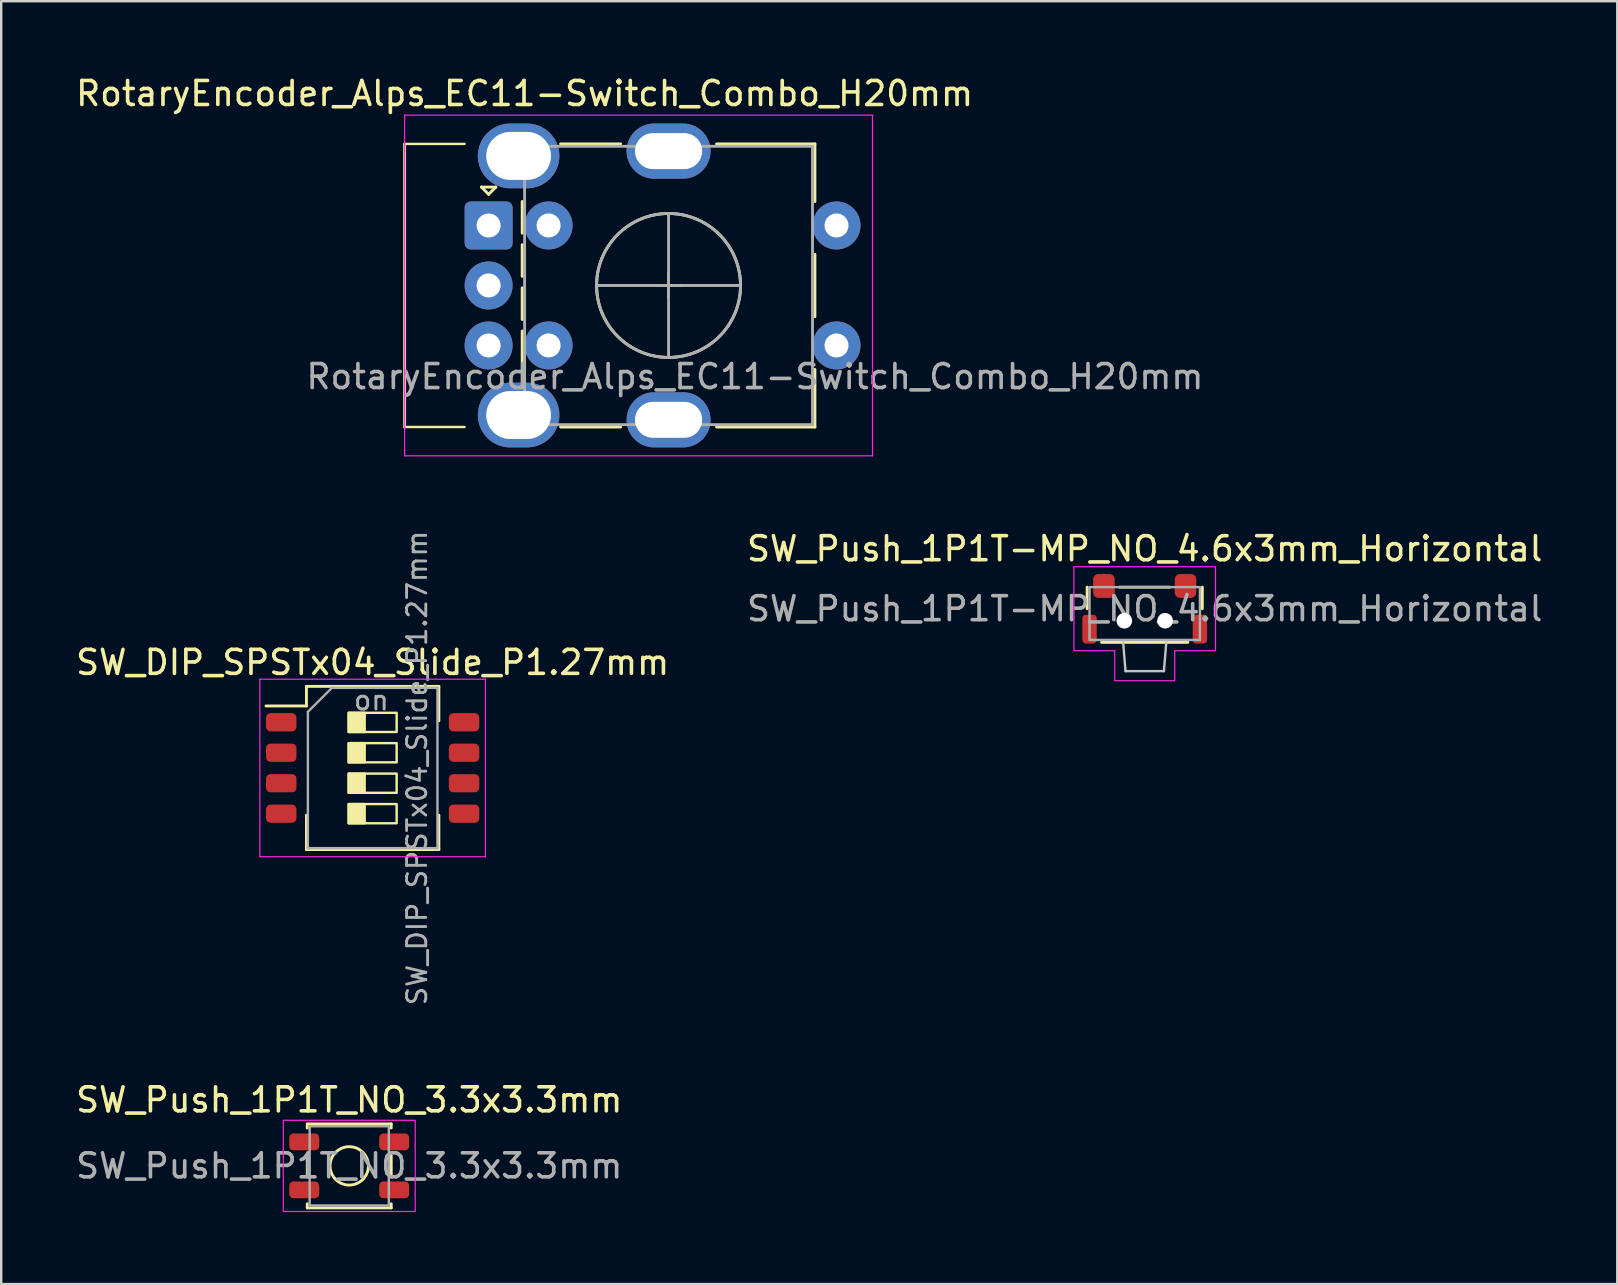
<source format=kicad_pcb>
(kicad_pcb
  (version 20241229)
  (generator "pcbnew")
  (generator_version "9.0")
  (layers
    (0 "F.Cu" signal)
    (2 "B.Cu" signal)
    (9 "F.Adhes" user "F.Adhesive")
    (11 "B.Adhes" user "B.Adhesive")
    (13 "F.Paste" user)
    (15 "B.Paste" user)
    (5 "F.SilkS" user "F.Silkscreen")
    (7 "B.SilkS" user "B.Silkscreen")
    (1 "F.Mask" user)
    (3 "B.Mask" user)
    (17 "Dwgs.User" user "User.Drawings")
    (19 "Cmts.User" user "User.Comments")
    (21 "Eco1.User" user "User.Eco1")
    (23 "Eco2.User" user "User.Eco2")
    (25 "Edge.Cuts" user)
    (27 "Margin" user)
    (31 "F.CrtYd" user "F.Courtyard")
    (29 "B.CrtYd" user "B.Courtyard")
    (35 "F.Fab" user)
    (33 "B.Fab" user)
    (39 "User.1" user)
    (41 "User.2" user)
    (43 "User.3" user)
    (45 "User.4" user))
  (footprint "SW_Push_1P1T_NO_3.3x3.3mm"
    (layer "F.Cu")
    (at 11.506 45.543)
    (property "Reference" "SW_Push_1P1T_NO_3.3x3.3mm" (at 0 -2.75 0) (layer "F.SilkS") (effects (font (size 1 1) (thickness 0.15))))
    (attr smd)
    (fp_line (start -1.75 -1.75) (end -1.75 -1.58) (stroke (width 0.12) (type solid)) (layer "F.SilkS"))
    (fp_line (start -1.75 -0.42) (end -1.75 0.42) (stroke (width 0.12) (type solid)) (layer "F.SilkS"))
    (fp_line (start -1.75 1.58) (end -1.75 1.75) (stroke (width 0.12) (type solid)) (layer "F.SilkS"))
    (fp_line (start -1.7 -1.75) (end 1.75 -1.75) (stroke (width 0.12) (type solid)) (layer "F.SilkS"))
    (fp_line (start 1.75 -1.58) (end 1.75 -1.75) (stroke (width 0.12) (type solid)) (layer "F.SilkS"))
    (fp_line (start 1.75 0.42) (end 1.75 -0.42) (stroke (width 0.12) (type solid)) (layer "F.SilkS"))
    (fp_line (start 1.75 1.75) (end -1.75 1.75) (stroke (width 0.12) (type solid)) (layer "F.SilkS"))
    (fp_line (start 1.75 1.75) (end 1.75 1.58) (stroke (width 0.12) (type solid)) (layer "F.SilkS"))
    (fp_circle (center 0 0) (end 0.8 0) (stroke (width 0.12) (type solid)) (fill no) (layer "F.SilkS"))
    (fp_rect (start -2.75 -1.9) (end 2.75 1.9) (stroke (width 0.05) (type default)) (fill no) (layer "F.CrtYd"))
    (fp_rect (start -1.65 -1.65) (end 1.65 1.65) (stroke (width 0.1) (type default)) (fill no) (layer "F.Fab"))
    (fp_text user "${REFERENCE}" (at 0 0 0) (layer "F.Fab") (effects (font (size 1 1) (thickness 0.15))))
    (pad "1" smd roundrect (at -1.875 -1) (size 1.25 0.7) (layers "F.Cu" "F.Mask" "F.Paste") (roundrect_rratio 0.25))
    (pad "1" smd roundrect (at 1.875 -1) (size 1.25 0.7) (layers "F.Cu" "F.Mask" "F.Paste") (roundrect_rratio 0.25))
    (pad "2" smd roundrect (at -1.875 1) (size 1.25 0.7) (layers "F.Cu" "F.Mask" "F.Paste") (roundrect_rratio 0.25))
    (pad "2" smd roundrect (at 1.875 1) (size 1.25 0.7) (layers "F.Cu" "F.Mask" "F.Paste") (roundrect_rratio 0.25)))
  (footprint "RotaryEncoder_Alps_EC11-Switch_Combo_H20mm"
    (layer "F.Cu")
    (at 17.315 6.348)
    (property "Reference" "RotaryEncoder_Alps_EC11-Switch_Combo_H20mm" (at 1.5 -5.5 0) (layer "F.SilkS") (effects (font (size 1 1) (thickness 0.15))))
    (attr through_hole)
    (fp_line (start -3.5 -3.4) (end -3.5 8.4) (stroke (width 0.12) (type solid)) (layer "F.SilkS"))
    (fp_line (start -3.5 -3.4) (end -1 -3.4) (stroke (width 0.1) (type default)) (layer "F.SilkS"))
    (fp_line (start -3.5 8.4) (end -1 8.4) (stroke (width 0.1) (type default)) (layer "F.SilkS"))
    (fp_line (start -0.3 -1.6) (end 0.3 -1.6) (stroke (width 0.12) (type solid)) (layer "F.SilkS"))
    (fp_line (start 0 -1.3) (end -0.3 -1.6) (stroke (width 0.12) (type solid)) (layer "F.SilkS"))
    (fp_line (start 0.3 -1.6) (end 0 -1.3) (stroke (width 0.12) (type solid)) (layer "F.SilkS"))
    (fp_line (start 1.4 -1) (end 1.4 6) (stroke (width 0.12) (type dash)) (layer "F.SilkS"))
    (fp_line (start 5.5 -3.4) (end 3 -3.4) (stroke (width 0.12) (type solid)) (layer "F.SilkS"))
    (fp_line (start 5.5 8.4) (end 3 8.4) (stroke (width 0.12) (type solid)) (layer "F.SilkS"))
    (fp_line (start 7 2.5) (end 8 2.5) (stroke (width 0.12) (type solid)) (layer "F.SilkS"))
    (fp_line (start 7.5 2) (end 7.5 3) (stroke (width 0.12) (type solid)) (layer "F.SilkS"))
    (fp_line (start 9.5 -3.4) (end 13.6 -3.4) (stroke (width 0.12) (type solid)) (layer "F.SilkS"))
    (fp_line (start 13.6 -3.4) (end 13.6 -1) (stroke (width 0.12) (type solid)) (layer "F.SilkS"))
    (fp_line (start 13.6 1.2) (end 13.6 3.8) (stroke (width 0.12) (type solid)) (layer "F.SilkS"))
    (fp_line (start 13.6 6) (end 13.6 8.4) (stroke (width 0.12) (type solid)) (layer "F.SilkS"))
    (fp_line (start 13.6 8.4) (end 9.5 8.4) (stroke (width 0.12) (type solid)) (layer "F.SilkS"))
    (fp_circle (center 7.5 2.5) (end 10.5 2.5) (stroke (width 0.12) (type solid)) (fill no) (layer "F.SilkS"))
    (fp_line (start -3.5 -4.6) (end -3.5 9.6) (stroke (width 0.05) (type solid)) (layer "F.CrtYd"))
    (fp_line (start -3.5 -4.6) (end 16 -4.6) (stroke (width 0.05) (type solid)) (layer "F.CrtYd"))
    (fp_line (start 16 9.6) (end -3.5 9.6) (stroke (width 0.05) (type solid)) (layer "F.CrtYd"))
    (fp_line (start 16 9.6) (end 16 -4.6) (stroke (width 0.05) (type solid)) (layer "F.CrtYd"))
    (fp_line (start 1.5 -2.2) (end 2.5 -3.3) (stroke (width 0.12) (type solid)) (layer "F.Fab"))
    (fp_line (start 1.5 8.3) (end 1.5 -2.2) (stroke (width 0.12) (type solid)) (layer "F.Fab"))
    (fp_line (start 2.5 -3.3) (end 13.5 -3.3) (stroke (width 0.12) (type solid)) (layer "F.Fab"))
    (fp_line (start 4.5 2.5) (end 10.5 2.5) (stroke (width 0.12) (type solid)) (layer "F.Fab"))
    (fp_line (start 7.5 -0.5) (end 7.5 5.5) (stroke (width 0.12) (type solid)) (layer "F.Fab"))
    (fp_line (start 13.5 -3.3) (end 13.5 8.3) (stroke (width 0.12) (type solid)) (layer "F.Fab"))
    (fp_line (start 13.5 8.3) (end 1.5 8.3) (stroke (width 0.12) (type solid)) (layer "F.Fab"))
    (fp_circle (center 7.5 2.5) (end 10.5 2.5) (stroke (width 0.12) (type solid)) (fill no) (layer "F.Fab"))
    (fp_text user "${REFERENCE}" (at 11.1 6.3 0) (layer "F.Fab") (effects (font (size 1 1) (thickness 0.15))))
    (pad "A" thru_hole roundrect (at 0 0) (size 2 2) (drill 1) (layers "*.Cu" "*.Mask") (roundrect_rratio 0.125))
    (pad "B" thru_hole circle (at 0 5) (size 2 2) (drill 1) (layers "*.Cu" "*.Mask"))
    (pad "C" thru_hole circle (at 0 2.5) (size 2 2) (drill 1) (layers "*.Cu" "*.Mask"))
    (pad "MP" thru_hole oval (at 1.25 -2.9 180) (size 3.4 2.7) (drill oval 2.7 2) (layers "*.Cu" "*.Mask"))
    (pad "MP" thru_hole oval (at 1.25 7.9 180) (size 3.4 2.7) (drill oval 2.7 2) (layers "*.Cu" "*.Mask"))
    (pad "MP" thru_hole oval (at 7.5 -3.1) (size 3.5 2.3) (drill oval 2.8 1.5) (layers "*.Cu" "*.Mask"))
    (pad "MP" thru_hole oval (at 7.5 8.1) (size 3.5 2.3) (drill oval 2.8 1.5) (layers "*.Cu" "*.Mask"))
    (pad "S1" thru_hole circle (at 2.5 5) (size 2 2) (drill 1) (layers "*.Cu" "*.Mask"))
    (pad "S1" thru_hole circle (at 14.5 5) (size 2 2) (drill 1) (layers "*.Cu" "*.Mask"))
    (pad "S2" thru_hole circle (at 2.5 0) (size 2 2) (drill 1) (layers "*.Cu" "*.Mask"))
    (pad "S2" thru_hole circle (at 14.5 0) (size 2 2) (drill 1) (layers "*.Cu" "*.Mask")))
  (footprint "SW_DIP_SPSTx04_Slide_P1.27mm"
    (layer "F.Cu")
    (at 12.482 28.959)
    (property "Reference" "SW_DIP_SPSTx04_Slide_P1.27mm" (at 0 -4.4 0) (layer "F.SilkS") (effects (font (size 1 1) (thickness 0.15))))
    (attr smd)
    (fp_line (start -4.446 -2.585) (end -2.76 -2.585) (stroke (width 0.12) (type solid)) (layer "F.SilkS"))
    (fp_line (start -2.76 -3.401) (end -2.76 -2.585) (stroke (width 0.12) (type solid)) (layer "F.SilkS"))
    (fp_line (start -2.76 -3.401) (end 2.76 -3.401) (stroke (width 0.12) (type solid)) (layer "F.SilkS"))
    (fp_line (start -2.76 1.966) (end -2.76 3.401) (stroke (width 0.12) (type solid)) (layer "F.SilkS"))
    (fp_line (start -2.76 3.401) (end 2.76 3.401) (stroke (width 0.12) (type solid)) (layer "F.SilkS"))
    (fp_line (start 2.76 -3.401) (end 2.76 -1.966) (stroke (width 0.12) (type solid)) (layer "F.SilkS"))
    (fp_line (start 2.76 1.966) (end 2.76 3.401) (stroke (width 0.12) (type solid)) (layer "F.SilkS"))
    (fp_rect (start -1 -2.3) (end 1 -1.5) (stroke (width 0.1) (type default)) (fill no) (layer "F.SilkS"))
    (fp_rect (start -1 -1.035) (end 1 -0.235) (stroke (width 0.1) (type default)) (fill no) (layer "F.SilkS"))
    (fp_rect (start -1 0.235) (end 1 1.035) (stroke (width 0.1) (type default)) (fill no) (layer "F.SilkS"))
    (fp_rect (start -1 1.505) (end 1 2.305) (stroke (width 0.1) (type default)) (fill no) (layer "F.SilkS"))
    (fp_poly (pts (xy -0.333 -1.5) (xy -0.333 -2.3) (xy -1 -2.3) (xy -1 -1.5)) (stroke (width 0.1) (type solid)) (fill yes) (layer "F.SilkS"))
    (fp_poly (pts (xy -0.333 -0.235) (xy -0.333 -1.035) (xy -1 -1.035) (xy -1 -0.235)) (stroke (width 0.1) (type solid)) (fill yes) (layer "F.SilkS"))
    (fp_poly (pts (xy -0.333 1.035) (xy -0.333 0.235) (xy -1 0.235) (xy -1 1.035)) (stroke (width 0.1) (type solid)) (fill yes) (layer "F.SilkS"))
    (fp_poly (pts (xy -0.333 2.305) (xy -0.333 1.505) (xy -1 1.505) (xy -1 2.305)) (stroke (width 0.1) (type solid)) (fill yes) (layer "F.SilkS"))
    (fp_line (start -4.7 -3.7) (end -4.7 3.7) (stroke (width 0.05) (type solid)) (layer "F.CrtYd"))
    (fp_line (start -4.7 3.7) (end 4.7 3.7) (stroke (width 0.05) (type solid)) (layer "F.CrtYd"))
    (fp_line (start 4.7 -3.7) (end -4.7 -3.7) (stroke (width 0.05) (type solid)) (layer "F.CrtYd"))
    (fp_line (start 4.7 3.7) (end 4.7 -3.7) (stroke (width 0.05) (type solid)) (layer "F.CrtYd"))
    (fp_line (start -2.7 -2.34) (end -1.7 -3.34) (stroke (width 0.1) (type solid)) (layer "F.Fab"))
    (fp_line (start -2.7 3.34) (end -2.7 -2.34) (stroke (width 0.1) (type solid)) (layer "F.Fab"))
    (fp_line (start -1.7 -3.34) (end 2.7 -3.34) (stroke (width 0.1) (type solid)) (layer "F.Fab"))
    (fp_line (start 2.7 -3.34) (end 2.7 3.34) (stroke (width 0.1) (type solid)) (layer "F.Fab"))
    (fp_line (start 2.7 3.34) (end -2.7 3.34) (stroke (width 0.1) (type solid)) (layer "F.Fab"))
    (fp_text user "on" (at -0.055 -2.822 0) (layer "F.Fab") (effects (font (size 0.8 0.8) (thickness 0.12))))
    (fp_text user "${REFERENCE}" (at 1.85 0 90) (layer "F.Fab") (effects (font (size 0.8 0.8) (thickness 0.12))))
    (pad "1" smd roundrect (at -3.81 -1.905) (size 1.27 0.76) (layers "F.Cu" "F.Mask" "F.Paste") (roundrect_rratio 0.25))
    (pad "2" smd roundrect (at -3.81 -0.635) (size 1.27 0.76) (layers "F.Cu" "F.Mask" "F.Paste") (roundrect_rratio 0.25))
    (pad "3" smd roundrect (at -3.81 0.635) (size 1.27 0.76) (layers "F.Cu" "F.Mask" "F.Paste") (roundrect_rratio 0.25))
    (pad "4" smd roundrect (at -3.81 1.905) (size 1.27 0.76) (layers "F.Cu" "F.Mask" "F.Paste") (roundrect_rratio 0.25))
    (pad "5" smd roundrect (at 3.81 1.905) (size 1.27 0.76) (layers "F.Cu" "F.Mask" "F.Paste") (roundrect_rratio 0.25))
    (pad "6" smd roundrect (at 3.81 0.635) (size 1.27 0.76) (layers "F.Cu" "F.Mask" "F.Paste") (roundrect_rratio 0.25))
    (pad "7" smd roundrect (at 3.81 -0.635) (size 1.27 0.76) (layers "F.Cu" "F.Mask" "F.Paste") (roundrect_rratio 0.25))
    (pad "8" smd roundrect (at 3.81 -1.905) (size 1.27 0.76) (layers "F.Cu" "F.Mask" "F.Paste") (roundrect_rratio 0.25)))
  (footprint "SW_Push_1P1T-MP_NO_4.6x3mm_Horizontal"
    (layer "F.Cu")
    (at 44.661 22.322)
    (property "Reference" "SW_Push_1P1T-MP_NO_4.6x3mm_Horizontal" (at 0 -2.5 0) (layer "F.SilkS") (effects (font (size 1 1) (thickness 0.15))))
    (attr smd)
    (fp_line (start -2.4 0) (end -2.4 -0.9) (stroke (width 0.12) (type solid)) (layer "F.SilkS"))
    (fp_line (start -1.8 1.4) (end 1.8 1.4) (stroke (width 0.12) (type default)) (layer "F.SilkS"))
    (fp_line (start -1.05 -0.9) (end 1.05 -0.9) (stroke (width 0.12) (type solid)) (layer "F.SilkS"))
    (fp_line (start 2.4 0) (end 2.4 -0.9) (stroke (width 0.12) (type solid)) (layer "F.SilkS"))
    (fp_line (start -0.8 2.6) (end -0.9 1.4) (stroke (width 0.1) (type default)) (layer "Dwgs.User"))
    (fp_line (start -0.8 2.6) (end 0.8 2.6) (stroke (width 0.1) (type default)) (layer "Dwgs.User"))
    (fp_line (start 0.8 2.6) (end 0.9 1.4) (stroke (width 0.1) (type default)) (layer "Dwgs.User"))
    (fp_poly (pts (xy -2.95 -1.75) (xy 2.95 -1.75) (xy 2.95 1.75) (xy 1.25 1.75) (xy 1.25 3) (xy -1.25 3) (xy -1.25 1.75) (xy -2.95 1.75)) (stroke (width 0.05) (type solid)) (fill no) (layer "F.CrtYd"))
    (fp_rect (start -2.3 -0.9) (end 2.3 1.3) (stroke (width 0.1) (type default)) (fill no) (layer "F.Fab"))
    (fp_text user "${REFERENCE}" (at 0 0 0) (layer "F.Fab") (effects (font (size 1 1) (thickness 0.15))))
    (pad "" np_thru_hole circle (at -0.85 0.5 180) (size 0.65 0.65) (drill 0.65) (layers "*.Cu" "*.Mask"))
    (pad "" np_thru_hole circle (at 0.85 0.5 180) (size 0.65 0.65) (drill 0.65) (layers "*.Cu" "*.Mask"))
    (pad "1" smd roundrect (at 1.7 -0.95 180) (size 0.9 1) (layers "F.Cu" "F.Mask" "F.Paste") (roundrect_rratio 0.25))
    (pad "2" smd roundrect (at -1.7 -0.95 180) (size 0.9 1) (layers "F.Cu" "F.Mask" "F.Paste") (roundrect_rratio 0.25))
    (pad "3" smd roundrect (at -2.3 0.85 180) (size 0.6 1.2) (layers "F.Cu" "F.Mask" "F.Paste") (roundrect_rratio 0.25))
    (pad "4" smd roundrect (at 2.3 0.85 180) (size 0.6 1.2) (layers "F.Cu" "F.Mask" "F.Paste") (roundrect_rratio 0.25)))
  (gr_rect
    (start -3 -3)
    (end 64.357 50.468)
    (stroke (width 0.1) (type default))
    (fill no)
    (layer "Edge.Cuts")))
</source>
